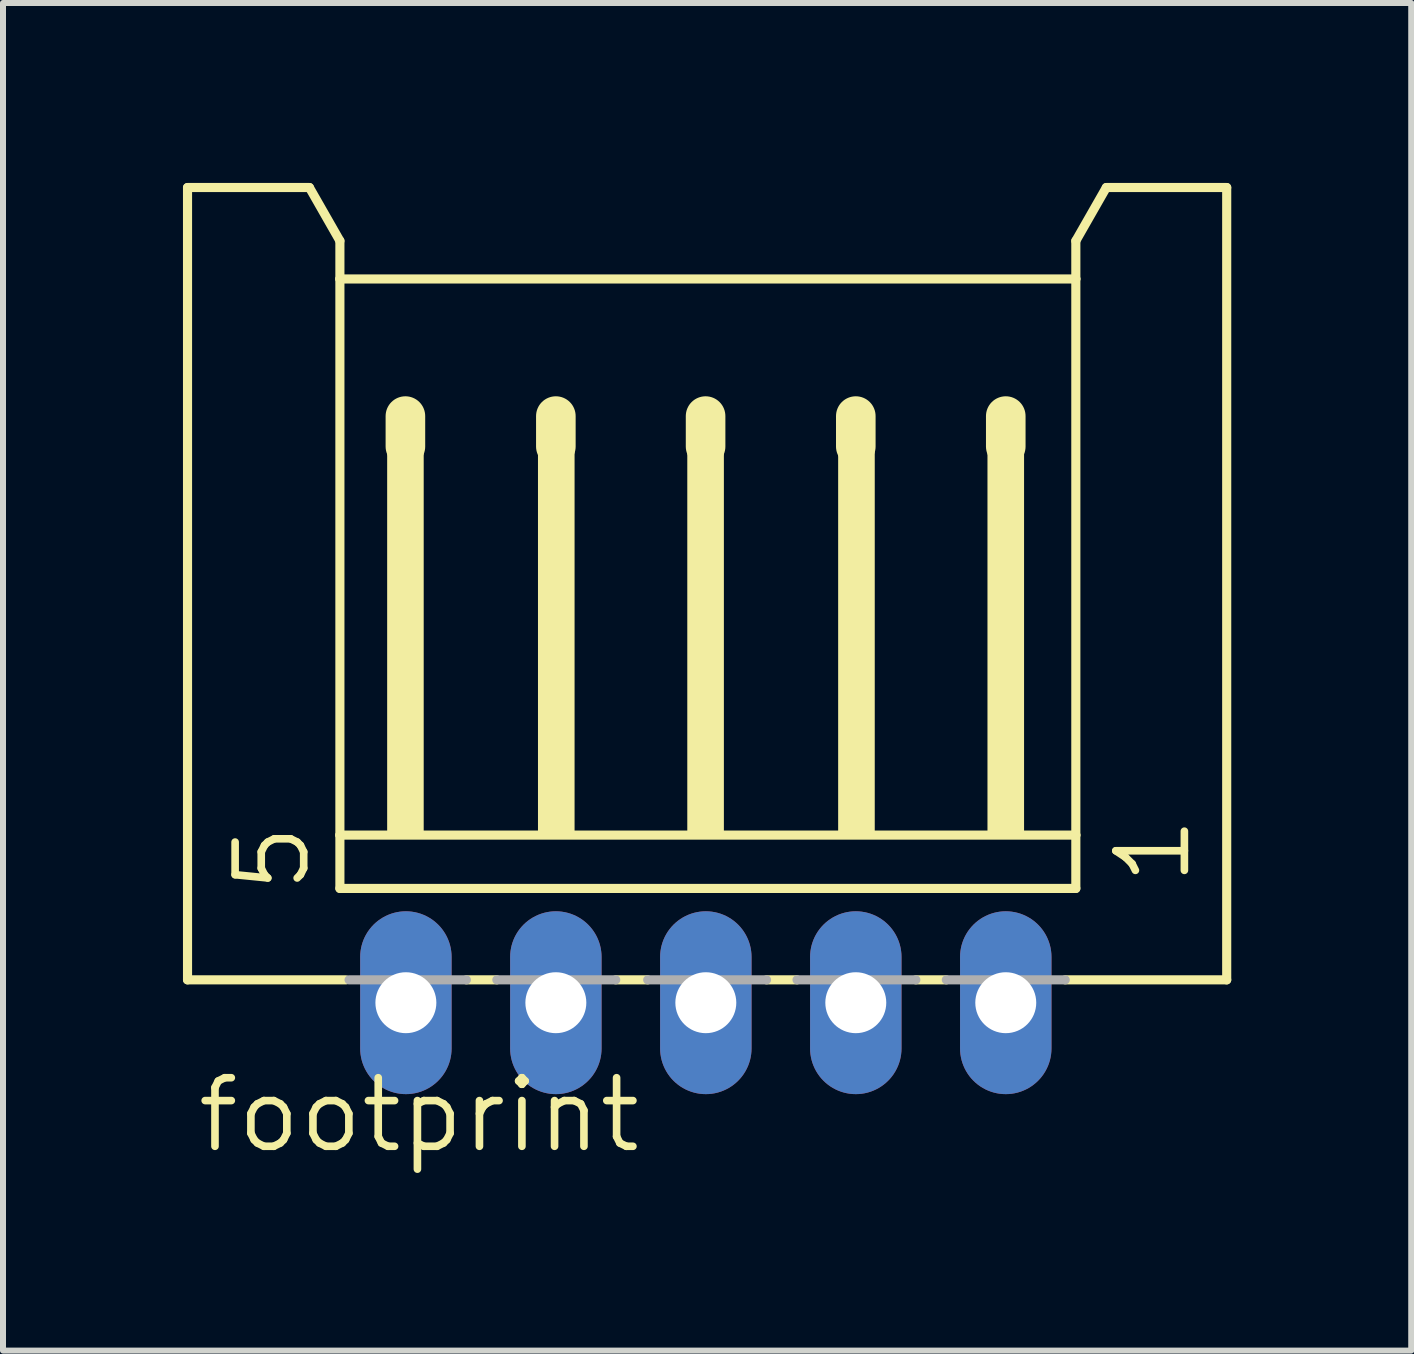
<source format=kicad_pcb>
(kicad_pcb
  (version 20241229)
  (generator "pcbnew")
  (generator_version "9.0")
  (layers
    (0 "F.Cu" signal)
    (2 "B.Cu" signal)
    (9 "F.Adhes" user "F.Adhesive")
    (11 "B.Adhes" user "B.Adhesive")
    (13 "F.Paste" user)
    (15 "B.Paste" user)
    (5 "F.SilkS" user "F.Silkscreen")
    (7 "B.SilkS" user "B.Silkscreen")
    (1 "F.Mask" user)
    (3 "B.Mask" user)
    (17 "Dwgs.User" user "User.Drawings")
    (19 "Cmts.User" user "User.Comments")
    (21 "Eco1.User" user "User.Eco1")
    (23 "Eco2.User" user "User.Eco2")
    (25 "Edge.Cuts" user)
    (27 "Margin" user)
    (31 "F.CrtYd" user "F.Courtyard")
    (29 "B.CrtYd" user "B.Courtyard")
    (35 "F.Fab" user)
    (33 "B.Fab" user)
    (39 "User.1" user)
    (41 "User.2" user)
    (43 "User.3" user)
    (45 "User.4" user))
  (footprint "footprint"
    (layer "F.Cu")
    (at 8.716 7.415)
    (property "Reference" "footprint" (at -8.538 8.79 0) (layer "F.SilkS") (effects (font (size 1.143 1.143) (thickness 0.127)) (justify left bottom)))
    (fp_line (start -8.64 -7.339) (end -6.608 -7.339) (stroke (width 0.152) (type solid)) (layer "F.SilkS"))
    (fp_line (start -8.64 5.869) (end -8.64 -7.339) (stroke (width 0.152) (type solid)) (layer "F.SilkS"))
    (fp_line (start -6.608 -7.339) (end -6.1 -6.45) (stroke (width 0.152) (type solid)) (layer "F.SilkS"))
    (fp_line (start -6.1 -6.45) (end -6.1 -5.815) (stroke (width 0.152) (type solid)) (layer "F.SilkS"))
    (fp_line (start -6.1 -5.815) (end -6.1 3.456) (stroke (width 0.152) (type solid)) (layer "F.SilkS"))
    (fp_line (start -6.1 3.456) (end -6.1 4.345) (stroke (width 0.152) (type solid)) (layer "F.SilkS"))
    (fp_line (start -5.998 5.869) (end -8.64 5.869) (stroke (width 0.152) (type solid)) (layer "F.SilkS"))
    (fp_line (start -5.008 -3.529) (end -5.008 -3.021) (stroke (width 0.66) (type solid)) (layer "F.SilkS"))
    (fp_line (start -3.484 5.869) (end -3.992 5.869) (stroke (width 0.152) (type solid)) (layer "F.SilkS"))
    (fp_line (start -2.5 -3.529) (end -2.5 -3.021) (stroke (width 0.66) (type solid)) (layer "F.SilkS"))
    (fp_line (start -0.969 5.869) (end -1.502 5.869) (stroke (width 0.152) (type solid)) (layer "F.SilkS"))
    (fp_line (start -0.004 -3.529) (end -0.004 -3.021) (stroke (width 0.66) (type solid)) (layer "F.SilkS"))
    (fp_line (start 1.52 5.869) (end 1.012 5.869) (stroke (width 0.152) (type solid)) (layer "F.SilkS"))
    (fp_line (start 2.5 -3.529) (end 2.5 -3.021) (stroke (width 0.66) (type solid)) (layer "F.SilkS"))
    (fp_line (start 4.009 5.869) (end 3.501 5.869) (stroke (width 0.152) (type solid)) (layer "F.SilkS"))
    (fp_line (start 5 -3.529) (end 5 -3.021) (stroke (width 0.66) (type solid)) (layer "F.SilkS"))
    (fp_line (start 6.168 -6.45) (end 6.168 -5.815) (stroke (width 0.152) (type solid)) (layer "F.SilkS"))
    (fp_line (start 6.168 -6.45) (end 6.676 -7.339) (stroke (width 0.152) (type solid)) (layer "F.SilkS"))
    (fp_line (start 6.168 -5.815) (end -6.1 -5.815) (stroke (width 0.152) (type solid)) (layer "F.SilkS"))
    (fp_line (start 6.168 -5.815) (end 6.168 3.456) (stroke (width 0.152) (type solid)) (layer "F.SilkS"))
    (fp_line (start 6.168 3.456) (end -6.1 3.456) (stroke (width 0.152) (type solid)) (layer "F.SilkS"))
    (fp_line (start 6.168 3.456) (end 6.168 4.345) (stroke (width 0.152) (type solid)) (layer "F.SilkS"))
    (fp_line (start 6.168 4.345) (end -6.1 4.345) (stroke (width 0.152) (type solid)) (layer "F.SilkS"))
    (fp_line (start 8.683 -7.339) (end 6.676 -7.339) (stroke (width 0.152) (type solid)) (layer "F.SilkS"))
    (fp_line (start 8.683 5.869) (end 5.991 5.869) (stroke (width 0.152) (type solid)) (layer "F.SilkS"))
    (fp_line (start 8.683 5.869) (end 8.683 -7.339) (stroke (width 0.152) (type solid)) (layer "F.SilkS"))
    (fp_poly (pts (xy -5.312 3.456) (xy -4.703 3.456) (xy -4.703 -3.148) (xy -5.312 -3.148)) (stroke (width 0) (type solid)) (fill yes) (layer "F.SilkS"))
    (fp_poly (pts (xy -2.798 3.456) (xy -2.188 3.456) (xy -2.188 -3.148) (xy -2.798 -3.148)) (stroke (width 0) (type solid)) (fill yes) (layer "F.SilkS"))
    (fp_poly (pts (xy -0.309 3.456) (xy 0.301 3.456) (xy 0.301 -3.148) (xy -0.309 -3.148)) (stroke (width 0) (type solid)) (fill yes) (layer "F.SilkS"))
    (fp_poly (pts (xy 2.206 3.456) (xy 2.816 3.456) (xy 2.816 -3.148) (xy 2.206 -3.148)) (stroke (width 0) (type solid)) (fill yes) (layer "F.SilkS"))
    (fp_poly (pts (xy 4.695 3.456) (xy 5.305 3.456) (xy 5.305 -3.148) (xy 4.695 -3.148)) (stroke (width 0) (type solid)) (fill yes) (layer "F.SilkS"))
    (fp_line (start -5.947 5.869) (end -3.992 5.869) (stroke (width 0.152) (type solid)) (layer "F.Fab"))
    (fp_line (start -3.484 5.869) (end -1.502 5.869) (stroke (width 0.152) (type solid)) (layer "F.Fab"))
    (fp_line (start -0.969 5.869) (end 1.012 5.869) (stroke (width 0.152) (type solid)) (layer "F.Fab"))
    (fp_line (start 1.52 5.869) (end 3.501 5.869) (stroke (width 0.152) (type solid)) (layer "F.Fab"))
    (fp_line (start 4.009 5.869) (end 5.991 5.869) (stroke (width 0.152) (type solid)) (layer "F.Fab"))
    (fp_poly (pts (xy -5.312 6.504) (xy -4.703 6.504) (xy -4.703 5.869) (xy -5.312 5.869)) (stroke (width 0.1) (type solid)) (fill no) (layer "F.Fab"))
    (fp_poly (pts (xy -2.798 6.504) (xy -2.188 6.504) (xy -2.188 5.869) (xy -2.798 5.869)) (stroke (width 0.1) (type solid)) (fill no) (layer "F.Fab"))
    (fp_poly (pts (xy -0.309 6.504) (xy 0.301 6.504) (xy 0.301 5.869) (xy -0.309 5.869)) (stroke (width 0.1) (type solid)) (fill no) (layer "F.Fab"))
    (fp_poly (pts (xy 2.206 6.504) (xy 2.816 6.504) (xy 2.816 5.869) (xy 2.206 5.869)) (stroke (width 0.1) (type solid)) (fill no) (layer "F.Fab"))
    (fp_poly (pts (xy 4.695 6.504) (xy 5.305 6.504) (xy 5.305 5.869) (xy 4.695 5.869)) (stroke (width 0.1) (type solid)) (fill no) (layer "F.Fab"))
    (fp_text user "1" (at 8.124 4.345 90) (layer "F.SilkS") (effects (font (size 1.143 1.143) (thickness 0.127)) (justify left bottom)))
    (fp_text user "5" (at -6.557 4.472 90) (layer "F.SilkS") (effects (font (size 1.143 1.143) (thickness 0.127)) (justify left bottom)))
    (pad "1" thru_hole oval (at 5 6.25 90) (size 3.048 1.524) (drill 1.016) (layers "*.Cu" "*.Mask"))
    (pad "2" thru_hole oval (at 2.5 6.25 90) (size 3.048 1.524) (drill 1.016) (layers "*.Cu" "*.Mask"))
    (pad "3" thru_hole oval (at 0 6.25 90) (size 3.048 1.524) (drill 1.016) (layers "*.Cu" "*.Mask"))
    (pad "4" thru_hole oval (at -2.5 6.25 90) (size 3.048 1.524) (drill 1.016) (layers "*.Cu" "*.Mask"))
    (pad "5" thru_hole oval (at -5 6.25 90) (size 3.048 1.524) (drill 1.016) (layers "*.Cu" "*.Mask")))
  (gr_rect
    (start -3 -3)
    (end 20.475 19.464)
    (stroke (width 0.1) (type default))
    (fill no)
    (layer "Edge.Cuts")))
</source>
